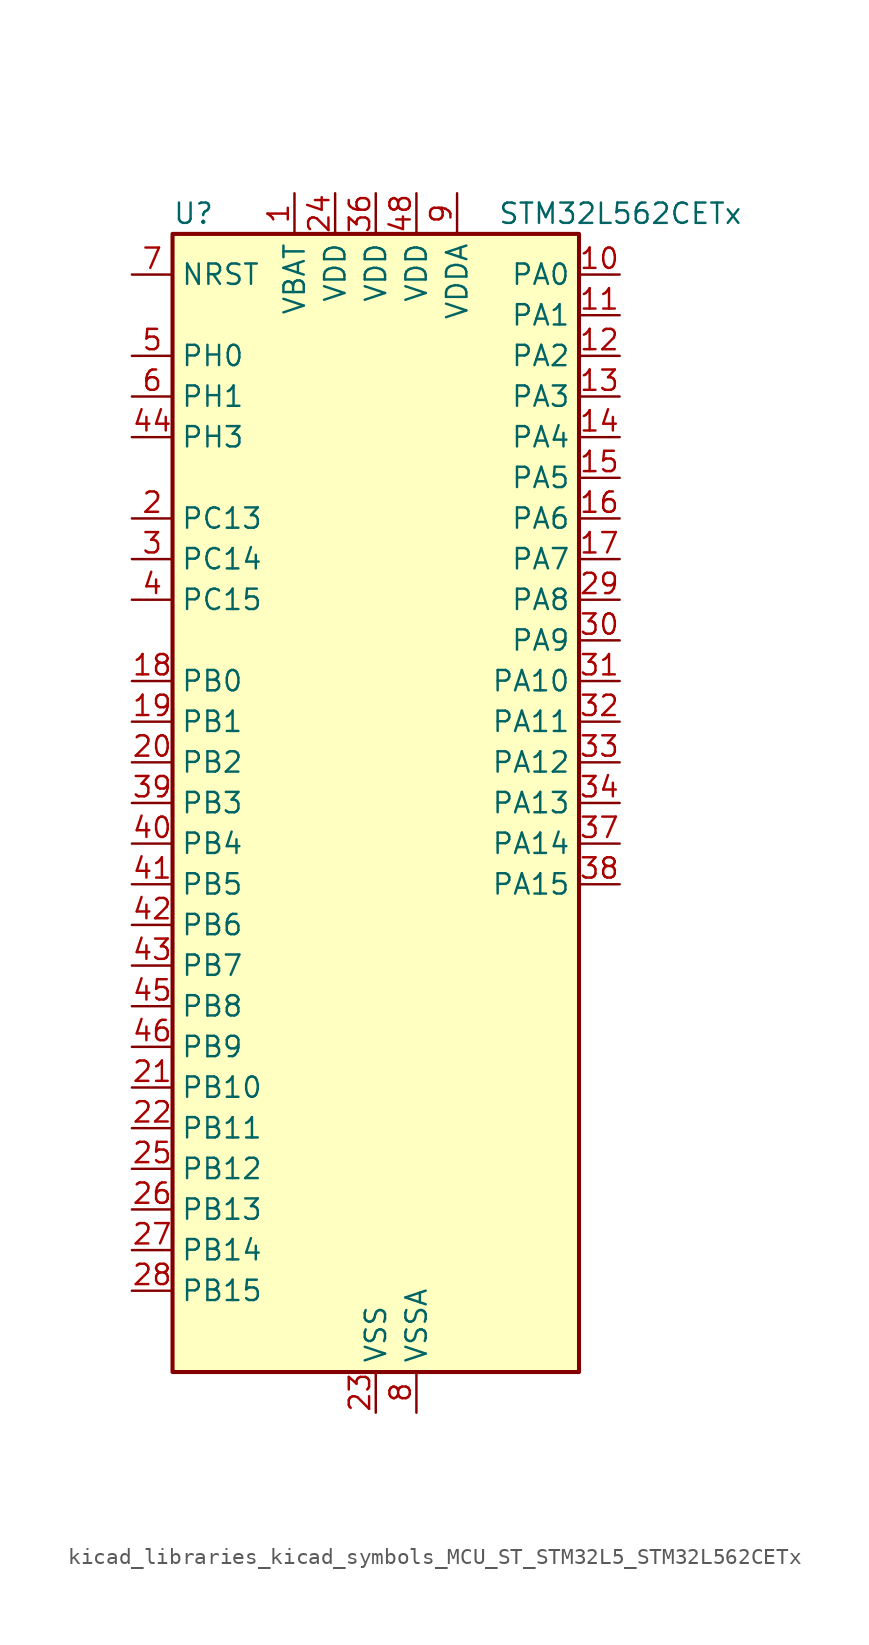
<source format=kicad_sym>
(kicad_symbol_lib
  (version 20220914)
  (generator kicad_symbol_editor)
  (symbol "kicad_libraries_kicad_symbols_MCU_ST_STM32L5_STM32L562CETx"
    (property "Reference" "U"
      (at -12.7 36.83 0)
      (effects (font (size 1.27 1.27)) (justify left)))
    (property "Value" "STM32L562CETx"
      (at 7.62 36.83 0)
      (effects (font (size 1.27 1.27)) (justify left)))
    (property "ki_locked" ""
      (at 0 0 0)
      (effects (font (size 1.27 1.27))))
    (symbol "kicad_libraries_kicad_symbols_MCU_ST_STM32L5_STM32L562CETx_0_1"
      (rectangle (start -12.7 -35.56) (end 12.7 35.56) (stroke (width 0.254) (type default)) (fill (type background))))
    (symbol "kicad_libraries_kicad_symbols_MCU_ST_STM32L5_STM32L562CETx_1_1"
      (pin power_in line (at -5.08 38.1 270) (length 2.54) (name "VBAT" (effects (font (size 1.27 1.27)))) (number "1" (effects (font (size 1.27 1.27)))))
      (pin bidirectional line (at 15.24 33.02 180) (length 2.54) (name "PA0" (effects (font (size 1.27 1.27)))) (number "10" (effects (font (size 1.27 1.27)))) (alternate "ADC1_IN5" bidirectional line) (alternate "ADC2_IN5" bidirectional line) (alternate "OPAMP1_VINP" bidirectional line) (alternate "PWR_WKUP1" bidirectional line) (alternate "SAI1_EXTCLK" bidirectional line) (alternate "TAMP_IN2" bidirectional line) (alternate "TAMP_OUT1" bidirectional line) (alternate "TIM2_CH1" bidirectional line) (alternate "TIM2_ETR" bidirectional line) (alternate "TIM5_CH1" bidirectional line) (alternate "TIM8_ETR" bidirectional line) (alternate "UART4_TX" bidirectional line) (alternate "USART2_CTS" bidirectional line) (alternate "USART2_NSS" bidirectional line))
      (pin bidirectional line (at 15.24 30.48 180) (length 2.54) (name "PA1" (effects (font (size 1.27 1.27)))) (number "11" (effects (font (size 1.27 1.27)))) (alternate "ADC1_IN6" bidirectional line) (alternate "ADC2_IN6" bidirectional line) (alternate "I2C1_SMBA" bidirectional line) (alternate "OCTOSPI1_DQS" bidirectional line) (alternate "OPAMP1_VINM" bidirectional line) (alternate "SPI1_SCK" bidirectional line) (alternate "TAMP_IN5" bidirectional line) (alternate "TAMP_OUT4" bidirectional line) (alternate "TIM15_CH1N" bidirectional line) (alternate "TIM2_CH2" bidirectional line) (alternate "TIM5_CH2" bidirectional line) (alternate "UART4_RX" bidirectional line) (alternate "USART2_DE" bidirectional line) (alternate "USART2_RTS" bidirectional line))
      (pin bidirectional line (at 15.24 27.94 180) (length 2.54) (name "PA2" (effects (font (size 1.27 1.27)))) (number "12" (effects (font (size 1.27 1.27)))) (alternate "ADC1_IN7" bidirectional line) (alternate "ADC2_IN7" bidirectional line) (alternate "COMP1_INP" bidirectional line) (alternate "LPUART1_TX" bidirectional line) (alternate "OCTOSPI1_NCS" bidirectional line) (alternate "PWR_WKUP4" bidirectional line) (alternate "RCC_LSCO" bidirectional line) (alternate "SAI2_EXTCLK" bidirectional line) (alternate "TIM15_CH1" bidirectional line) (alternate "TIM2_CH3" bidirectional line) (alternate "TIM5_CH3" bidirectional line) (alternate "UCPD1_FRSTX1" bidirectional line) (alternate "USART2_TX" bidirectional line))
      (pin bidirectional line (at 15.24 25.4 180) (length 2.54) (name "PA3" (effects (font (size 1.27 1.27)))) (number "13" (effects (font (size 1.27 1.27)))) (alternate "ADC1_IN8" bidirectional line) (alternate "ADC2_IN8" bidirectional line) (alternate "LPUART1_RX" bidirectional line) (alternate "OCTOSPI1_CLK" bidirectional line) (alternate "OPAMP1_VOUT" bidirectional line) (alternate "SAI1_CK1" bidirectional line) (alternate "SAI1_MCLK_A" bidirectional line) (alternate "TIM15_CH2" bidirectional line) (alternate "TIM2_CH4" bidirectional line) (alternate "TIM5_CH4" bidirectional line) (alternate "USART2_RX" bidirectional line))
      (pin bidirectional line (at 15.24 22.86 180) (length 2.54) (name "PA4" (effects (font (size 1.27 1.27)))) (number "14" (effects (font (size 1.27 1.27)))) (alternate "ADC1_IN9" bidirectional line) (alternate "ADC2_IN9" bidirectional line) (alternate "DAC1_OUT1" bidirectional line) (alternate "LPTIM2_OUT" bidirectional line) (alternate "OCTOSPI1_NCS" bidirectional line) (alternate "SAI1_FS_B" bidirectional line) (alternate "SPI1_NSS" bidirectional line) (alternate "SPI3_NSS" bidirectional line) (alternate "USART2_CK" bidirectional line))
      (pin bidirectional line (at 15.24 20.32 180) (length 2.54) (name "PA5" (effects (font (size 1.27 1.27)))) (number "15" (effects (font (size 1.27 1.27)))) (alternate "ADC1_IN10" bidirectional line) (alternate "ADC2_IN10" bidirectional line) (alternate "DAC1_OUT2" bidirectional line) (alternate "LPTIM2_ETR" bidirectional line) (alternate "SPI1_SCK" bidirectional line) (alternate "TIM2_CH1" bidirectional line) (alternate "TIM2_ETR" bidirectional line) (alternate "TIM8_CH1N" bidirectional line))
      (pin bidirectional line (at 15.24 17.78 180) (length 2.54) (name "PA6" (effects (font (size 1.27 1.27)))) (number "16" (effects (font (size 1.27 1.27)))) (alternate "ADC1_IN11" bidirectional line) (alternate "ADC2_IN11" bidirectional line) (alternate "LPUART1_CTS" bidirectional line) (alternate "OCTOSPI1_IO3" bidirectional line) (alternate "OPAMP2_VINP" bidirectional line) (alternate "SPI1_MISO" bidirectional line) (alternate "TIM16_CH1" bidirectional line) (alternate "TIM1_BKIN" bidirectional line) (alternate "TIM3_CH1" bidirectional line) (alternate "TIM8_BKIN" bidirectional line) (alternate "USART3_CTS" bidirectional line) (alternate "USART3_NSS" bidirectional line))
      (pin bidirectional line (at 15.24 15.24 180) (length 2.54) (name "PA7" (effects (font (size 1.27 1.27)))) (number "17" (effects (font (size 1.27 1.27)))) (alternate "ADC1_IN12" bidirectional line) (alternate "ADC2_IN12" bidirectional line) (alternate "I2C3_SCL" bidirectional line) (alternate "OCTOSPI1_IO2" bidirectional line) (alternate "OPAMP2_VINM" bidirectional line) (alternate "SPI1_MOSI" bidirectional line) (alternate "TIM17_CH1" bidirectional line) (alternate "TIM1_CH1N" bidirectional line) (alternate "TIM3_CH2" bidirectional line) (alternate "TIM8_CH1N" bidirectional line))
      (pin bidirectional line (at -15.24 7.62 0) (length 2.54) (name "PB0" (effects (font (size 1.27 1.27)))) (number "18" (effects (font (size 1.27 1.27)))) (alternate "ADC1_IN15" bidirectional line) (alternate "ADC2_IN15" bidirectional line) (alternate "COMP1_OUT" bidirectional line) (alternate "OCTOSPI1_IO1" bidirectional line) (alternate "OPAMP2_VOUT" bidirectional line) (alternate "SAI1_EXTCLK" bidirectional line) (alternate "SPI1_NSS" bidirectional line) (alternate "TIM1_CH2N" bidirectional line) (alternate "TIM3_CH3" bidirectional line) (alternate "TIM8_CH2N" bidirectional line) (alternate "USART3_CK" bidirectional line))
      (pin bidirectional line (at -15.24 5.08 0) (length 2.54) (name "PB1" (effects (font (size 1.27 1.27)))) (number "19" (effects (font (size 1.27 1.27)))) (alternate "ADC1_IN16" bidirectional line) (alternate "ADC2_IN16" bidirectional line) (alternate "COMP1_INM" bidirectional line) (alternate "DFSDM1_DATIN0" bidirectional line) (alternate "LPTIM2_IN1" bidirectional line) (alternate "LPUART1_DE" bidirectional line) (alternate "LPUART1_RTS" bidirectional line) (alternate "OCTOSPI1_IO0" bidirectional line) (alternate "TIM1_CH3N" bidirectional line) (alternate "TIM3_CH4" bidirectional line) (alternate "TIM8_CH3N" bidirectional line) (alternate "USART3_DE" bidirectional line) (alternate "USART3_RTS" bidirectional line))
      (pin bidirectional line (at -15.24 17.78 0) (length 2.54) (name "PC13" (effects (font (size 1.27 1.27)))) (number "2" (effects (font (size 1.27 1.27)))) (alternate "PWR_WKUP2" bidirectional line) (alternate "RTC_OUT1" bidirectional line) (alternate "RTC_TS" bidirectional line) (alternate "TAMP_IN1" bidirectional line) (alternate "TAMP_OUT2" bidirectional line))
      (pin bidirectional line (at -15.24 2.54 0) (length 2.54) (name "PB2" (effects (font (size 1.27 1.27)))) (number "20" (effects (font (size 1.27 1.27)))) (alternate "COMP1_INP" bidirectional line) (alternate "DFSDM1_CKIN0" bidirectional line) (alternate "I2C3_SMBA" bidirectional line) (alternate "LPTIM1_OUT" bidirectional line) (alternate "OCTOSPI1_DQS" bidirectional line) (alternate "RTC_OUT2" bidirectional line) (alternate "UCPD1_FRSTX1" bidirectional line))
      (pin bidirectional line (at -15.24 -17.78 0) (length 2.54) (name "PB10" (effects (font (size 1.27 1.27)))) (number "21" (effects (font (size 1.27 1.27)))) (alternate "COMP1_OUT" bidirectional line) (alternate "I2C2_SCL" bidirectional line) (alternate "I2C4_SCL" bidirectional line) (alternate "LPTIM3_OUT" bidirectional line) (alternate "LPUART1_RX" bidirectional line) (alternate "OCTOSPI1_CLK" bidirectional line) (alternate "SAI1_SCK_A" bidirectional line) (alternate "SPI2_SCK" bidirectional line) (alternate "TIM2_CH3" bidirectional line) (alternate "TSC_SYNC" bidirectional line) (alternate "USART3_TX" bidirectional line))
      (pin bidirectional line (at -15.24 -20.32 0) (length 2.54) (name "PB11" (effects (font (size 1.27 1.27)))) (number "22" (effects (font (size 1.27 1.27)))) (alternate "ADC1_EXTI11" bidirectional line) (alternate "ADC2_EXTI11" bidirectional line) (alternate "COMP2_OUT" bidirectional line) (alternate "I2C2_SDA" bidirectional line) (alternate "I2C4_SDA" bidirectional line) (alternate "LPUART1_TX" bidirectional line) (alternate "OCTOSPI1_NCS" bidirectional line) (alternate "TIM2_CH4" bidirectional line) (alternate "USART3_RX" bidirectional line))
      (pin power_in line (at 0 -38.1 90) (length 2.54) (name "VSS" (effects (font (size 1.27 1.27)))) (number "23" (effects (font (size 1.27 1.27)))))
      (pin power_in line (at -2.54 38.1 270) (length 2.54) (name "VDD" (effects (font (size 1.27 1.27)))) (number "24" (effects (font (size 1.27 1.27)))))
      (pin bidirectional line (at -15.24 -22.86 0) (length 2.54) (name "PB12" (effects (font (size 1.27 1.27)))) (number "25" (effects (font (size 1.27 1.27)))) (alternate "DFSDM1_DATIN1" bidirectional line) (alternate "I2C2_SMBA" bidirectional line) (alternate "LPUART1_DE" bidirectional line) (alternate "LPUART1_RTS" bidirectional line) (alternate "OCTOSPI1_NCLK" bidirectional line) (alternate "SAI2_FS_A" bidirectional line) (alternate "SPI2_NSS" bidirectional line) (alternate "TIM15_BKIN" bidirectional line) (alternate "TIM1_BKIN" bidirectional line) (alternate "TSC_G1_IO1" bidirectional line) (alternate "USART3_CK" bidirectional line))
      (pin bidirectional line (at -15.24 -25.4 0) (length 2.54) (name "PB13" (effects (font (size 1.27 1.27)))) (number "26" (effects (font (size 1.27 1.27)))) (alternate "DFSDM1_CKIN1" bidirectional line) (alternate "I2C2_SCL" bidirectional line) (alternate "LPTIM3_IN1" bidirectional line) (alternate "LPUART1_CTS" bidirectional line) (alternate "SAI2_SCK_A" bidirectional line) (alternate "SPI2_SCK" bidirectional line) (alternate "TIM15_CH1N" bidirectional line) (alternate "TIM1_CH1N" bidirectional line) (alternate "TSC_G1_IO2" bidirectional line) (alternate "UCPD1_FRSTX2" bidirectional line) (alternate "USART3_CTS" bidirectional line) (alternate "USART3_NSS" bidirectional line))
      (pin bidirectional line (at -15.24 -27.94 0) (length 2.54) (name "PB14" (effects (font (size 1.27 1.27)))) (number "27" (effects (font (size 1.27 1.27)))) (alternate "DFSDM1_DATIN2" bidirectional line) (alternate "I2C2_SDA" bidirectional line) (alternate "LPTIM3_ETR" bidirectional line) (alternate "SAI2_MCLK_A" bidirectional line) (alternate "SPI2_MISO" bidirectional line) (alternate "TIM15_CH1" bidirectional line) (alternate "TIM1_CH2N" bidirectional line) (alternate "TIM8_CH2N" bidirectional line) (alternate "TSC_G1_IO3" bidirectional line) (alternate "UCPD1_DBCC2" bidirectional line) (alternate "USART3_DE" bidirectional line) (alternate "USART3_RTS" bidirectional line))
      (pin bidirectional line (at -15.24 -30.48 0) (length 2.54) (name "PB15" (effects (font (size 1.27 1.27)))) (number "28" (effects (font (size 1.27 1.27)))) (alternate "ADC1_EXTI15" bidirectional line) (alternate "ADC2_EXTI15" bidirectional line) (alternate "DFSDM1_CKIN2" bidirectional line) (alternate "RTC_REFIN" bidirectional line) (alternate "SAI2_SD_A" bidirectional line) (alternate "SPI2_MOSI" bidirectional line) (alternate "TIM15_CH2" bidirectional line) (alternate "TIM1_CH3N" bidirectional line) (alternate "TIM8_CH3N" bidirectional line) (alternate "UCPD1_CC2" bidirectional line))
      (pin bidirectional line (at 15.24 12.7 180) (length 2.54) (name "PA8" (effects (font (size 1.27 1.27)))) (number "29" (effects (font (size 1.27 1.27)))) (alternate "LPTIM2_OUT" bidirectional line) (alternate "RCC_MCO" bidirectional line) (alternate "SAI1_CK2" bidirectional line) (alternate "SAI1_SCK_A" bidirectional line) (alternate "TIM1_CH1" bidirectional line) (alternate "USART1_CK" bidirectional line))
      (pin bidirectional line (at -15.24 15.24 0) (length 2.54) (name "PC14" (effects (font (size 1.27 1.27)))) (number "3" (effects (font (size 1.27 1.27)))) (alternate "RCC_OSC32_IN" bidirectional line))
      (pin bidirectional line (at 15.24 10.16 180) (length 2.54) (name "PA9" (effects (font (size 1.27 1.27)))) (number "30" (effects (font (size 1.27 1.27)))) (alternate "DAC1_EXTI9" bidirectional line) (alternate "SAI1_FS_A" bidirectional line) (alternate "SPI2_SCK" bidirectional line) (alternate "TIM15_BKIN" bidirectional line) (alternate "TIM1_CH2" bidirectional line) (alternate "USART1_TX" bidirectional line))
      (pin bidirectional line (at 15.24 7.62 180) (length 2.54) (name "PA10" (effects (font (size 1.27 1.27)))) (number "31" (effects (font (size 1.27 1.27)))) (alternate "CRS_SYNC" bidirectional line) (alternate "SAI1_D1" bidirectional line) (alternate "SAI1_SD_A" bidirectional line) (alternate "TIM17_BKIN" bidirectional line) (alternate "TIM1_CH3" bidirectional line) (alternate "USART1_RX" bidirectional line))
      (pin bidirectional line (at 15.24 5.08 180) (length 2.54) (name "PA11" (effects (font (size 1.27 1.27)))) (number "32" (effects (font (size 1.27 1.27)))) (alternate "ADC1_EXTI11" bidirectional line) (alternate "ADC2_EXTI11" bidirectional line) (alternate "FDCAN1_RX" bidirectional line) (alternate "SPI1_MISO" bidirectional line) (alternate "TIM1_BKIN2" bidirectional line) (alternate "TIM1_CH4" bidirectional line) (alternate "USART1_CTS" bidirectional line) (alternate "USART1_NSS" bidirectional line) (alternate "USB_DM" bidirectional line))
      (pin bidirectional line (at 15.24 2.54 180) (length 2.54) (name "PA12" (effects (font (size 1.27 1.27)))) (number "33" (effects (font (size 1.27 1.27)))) (alternate "FDCAN1_TX" bidirectional line) (alternate "SPI1_MOSI" bidirectional line) (alternate "TIM1_ETR" bidirectional line) (alternate "USART1_DE" bidirectional line) (alternate "USART1_RTS" bidirectional line) (alternate "USB_DP" bidirectional line))
      (pin bidirectional line (at 15.24 0 180) (length 2.54) (name "PA13" (effects (font (size 1.27 1.27)))) (number "34" (effects (font (size 1.27 1.27)))) (alternate "DEBUG_JTMS-SWDIO" bidirectional line) (alternate "IR_OUT" bidirectional line) (alternate "SAI1_SD_B" bidirectional line) (alternate "USB_NOE" bidirectional line))
      (pin passive line (at 0 -38.1 90) (length 2.54) hide (name "VSS" (effects (font (size 1.27 1.27)))) (number "35" (effects (font (size 1.27 1.27)))))
      (pin power_in line (at 0 38.1 270) (length 2.54) (name "VDD" (effects (font (size 1.27 1.27)))) (number "36" (effects (font (size 1.27 1.27)))))
      (pin bidirectional line (at 15.24 -2.54 180) (length 2.54) (name "PA14" (effects (font (size 1.27 1.27)))) (number "37" (effects (font (size 1.27 1.27)))) (alternate "DEBUG_JTCK-SWCLK" bidirectional line) (alternate "I2C1_SMBA" bidirectional line) (alternate "I2C4_SMBA" bidirectional line) (alternate "LPTIM1_OUT" bidirectional line) (alternate "SAI1_FS_B" bidirectional line))
      (pin bidirectional line (at 15.24 -5.08 180) (length 2.54) (name "PA15" (effects (font (size 1.27 1.27)))) (number "38" (effects (font (size 1.27 1.27)))) (alternate "ADC1_EXTI15" bidirectional line) (alternate "ADC2_EXTI15" bidirectional line) (alternate "DEBUG_JTDI" bidirectional line) (alternate "SAI2_FS_B" bidirectional line) (alternate "SPI1_NSS" bidirectional line) (alternate "SPI3_NSS" bidirectional line) (alternate "TIM2_CH1" bidirectional line) (alternate "TIM2_ETR" bidirectional line) (alternate "UART4_DE" bidirectional line) (alternate "UART4_RTS" bidirectional line) (alternate "UCPD1_CC1" bidirectional line) (alternate "USART2_RX" bidirectional line) (alternate "USART3_DE" bidirectional line) (alternate "USART3_RTS" bidirectional line))
      (pin bidirectional line (at -15.24 0 0) (length 2.54) (name "PB3" (effects (font (size 1.27 1.27)))) (number "39" (effects (font (size 1.27 1.27)))) (alternate "COMP2_INM" bidirectional line) (alternate "CRS_SYNC" bidirectional line) (alternate "DEBUG_JTDO-SWO" bidirectional line) (alternate "SAI1_SCK_B" bidirectional line) (alternate "SPI1_SCK" bidirectional line) (alternate "SPI3_SCK" bidirectional line) (alternate "TIM2_CH2" bidirectional line) (alternate "USART1_DE" bidirectional line) (alternate "USART1_RTS" bidirectional line))
      (pin bidirectional line (at -15.24 12.7 0) (length 2.54) (name "PC15" (effects (font (size 1.27 1.27)))) (number "4" (effects (font (size 1.27 1.27)))) (alternate "ADC1_EXTI15" bidirectional line) (alternate "ADC2_EXTI15" bidirectional line) (alternate "RCC_OSC32_OUT" bidirectional line))
      (pin bidirectional line (at -15.24 -2.54 0) (length 2.54) (name "PB4" (effects (font (size 1.27 1.27)))) (number "40" (effects (font (size 1.27 1.27)))) (alternate "COMP2_INP" bidirectional line) (alternate "DEBUG_JTRST" bidirectional line) (alternate "I2C3_SDA" bidirectional line) (alternate "SAI1_MCLK_B" bidirectional line) (alternate "SPI1_MISO" bidirectional line) (alternate "SPI3_MISO" bidirectional line) (alternate "TIM17_BKIN" bidirectional line) (alternate "TIM3_CH1" bidirectional line) (alternate "TSC_G2_IO1" bidirectional line) (alternate "USART1_CTS" bidirectional line) (alternate "USART1_NSS" bidirectional line))
      (pin bidirectional line (at -15.24 -5.08 0) (length 2.54) (name "PB5" (effects (font (size 1.27 1.27)))) (number "41" (effects (font (size 1.27 1.27)))) (alternate "COMP2_OUT" bidirectional line) (alternate "I2C1_SMBA" bidirectional line) (alternate "LPTIM1_IN1" bidirectional line) (alternate "OCTOSPI1_NCLK" bidirectional line) (alternate "SAI1_SD_B" bidirectional line) (alternate "SPI1_MOSI" bidirectional line) (alternate "SPI3_MOSI" bidirectional line) (alternate "TIM16_BKIN" bidirectional line) (alternate "TIM3_CH2" bidirectional line) (alternate "TSC_G2_IO2" bidirectional line) (alternate "UCPD1_DBCC1" bidirectional line) (alternate "USART1_CK" bidirectional line))
      (pin bidirectional line (at -15.24 -7.62 0) (length 2.54) (name "PB6" (effects (font (size 1.27 1.27)))) (number "42" (effects (font (size 1.27 1.27)))) (alternate "COMP2_INP" bidirectional line) (alternate "I2C1_SCL" bidirectional line) (alternate "I2C4_SCL" bidirectional line) (alternate "LPTIM1_ETR" bidirectional line) (alternate "SAI1_FS_B" bidirectional line) (alternate "TIM16_CH1N" bidirectional line) (alternate "TIM4_CH1" bidirectional line) (alternate "TIM8_BKIN2" bidirectional line) (alternate "TSC_G2_IO3" bidirectional line) (alternate "USART1_TX" bidirectional line))
      (pin bidirectional line (at -15.24 -10.16 0) (length 2.54) (name "PB7" (effects (font (size 1.27 1.27)))) (number "43" (effects (font (size 1.27 1.27)))) (alternate "COMP2_INM" bidirectional line) (alternate "I2C1_SDA" bidirectional line) (alternate "I2C4_SDA" bidirectional line) (alternate "LPTIM1_IN2" bidirectional line) (alternate "PWR_PVD_IN" bidirectional line) (alternate "TIM17_CH1N" bidirectional line) (alternate "TIM4_CH2" bidirectional line) (alternate "TIM8_BKIN" bidirectional line) (alternate "TSC_G2_IO4" bidirectional line) (alternate "UART4_CTS" bidirectional line) (alternate "USART1_RX" bidirectional line))
      (pin bidirectional line (at -15.24 22.86 0) (length 2.54) (name "PH3" (effects (font (size 1.27 1.27)))) (number "44" (effects (font (size 1.27 1.27)))))
      (pin bidirectional line (at -15.24 -12.7 0) (length 2.54) (name "PB8" (effects (font (size 1.27 1.27)))) (number "45" (effects (font (size 1.27 1.27)))) (alternate "DFSDM1_CKOUT" bidirectional line) (alternate "FDCAN1_RX" bidirectional line) (alternate "I2C1_SCL" bidirectional line) (alternate "SAI1_CK1" bidirectional line) (alternate "SAI1_MCLK_A" bidirectional line) (alternate "TIM16_CH1" bidirectional line) (alternate "TIM4_CH3" bidirectional line))
      (pin bidirectional line (at -15.24 -15.24 0) (length 2.54) (name "PB9" (effects (font (size 1.27 1.27)))) (number "46" (effects (font (size 1.27 1.27)))) (alternate "DAC1_EXTI9" bidirectional line) (alternate "FDCAN1_TX" bidirectional line) (alternate "I2C1_SDA" bidirectional line) (alternate "IR_OUT" bidirectional line) (alternate "SAI1_D2" bidirectional line) (alternate "SAI1_FS_A" bidirectional line) (alternate "SPI2_NSS" bidirectional line) (alternate "TIM17_CH1" bidirectional line) (alternate "TIM4_CH4" bidirectional line))
      (pin passive line (at 0 -38.1 90) (length 2.54) hide (name "VSS" (effects (font (size 1.27 1.27)))) (number "47" (effects (font (size 1.27 1.27)))))
      (pin power_in line (at 2.54 38.1 270) (length 2.54) (name "VDD" (effects (font (size 1.27 1.27)))) (number "48" (effects (font (size 1.27 1.27)))))
      (pin bidirectional line (at -15.24 27.94 0) (length 2.54) (name "PH0" (effects (font (size 1.27 1.27)))) (number "5" (effects (font (size 1.27 1.27)))) (alternate "RCC_OSC_IN" bidirectional line))
      (pin bidirectional line (at -15.24 25.4 0) (length 2.54) (name "PH1" (effects (font (size 1.27 1.27)))) (number "6" (effects (font (size 1.27 1.27)))) (alternate "RCC_OSC_OUT" bidirectional line))
      (pin input line (at -15.24 33.02 0) (length 2.54) (name "NRST" (effects (font (size 1.27 1.27)))) (number "7" (effects (font (size 1.27 1.27)))))
      (pin power_in line (at 2.54 -38.1 90) (length 2.54) (name "VSSA" (effects (font (size 1.27 1.27)))) (number "8" (effects (font (size 1.27 1.27)))))
      (pin power_in line (at 5.08 38.1 270) (length 2.54) (name "VDDA" (effects (font (size 1.27 1.27)))) (number "9" (effects (font (size 1.27 1.27))))))))
</source>
